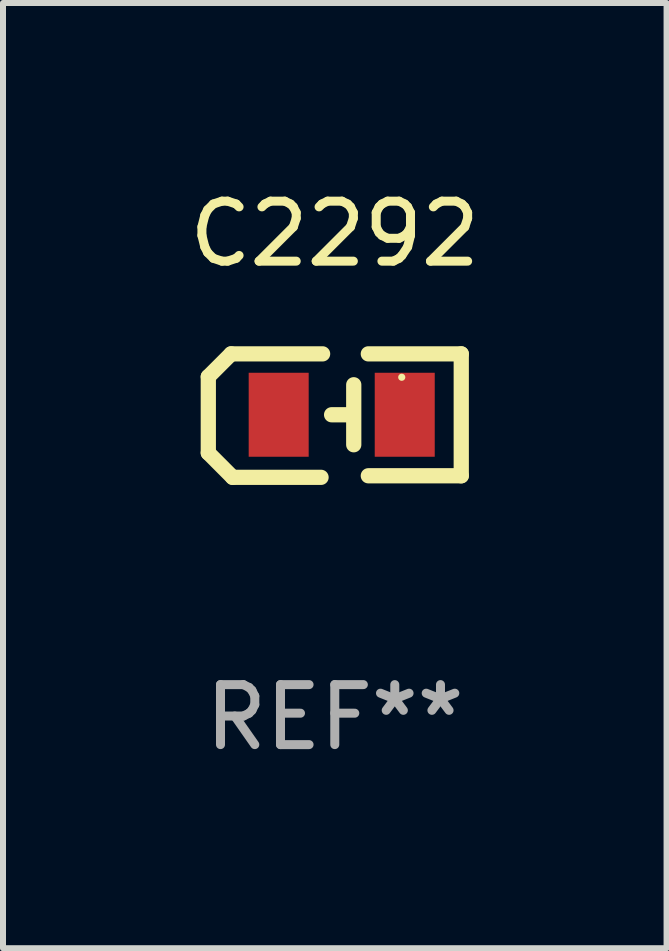
<source format=kicad_pcb>
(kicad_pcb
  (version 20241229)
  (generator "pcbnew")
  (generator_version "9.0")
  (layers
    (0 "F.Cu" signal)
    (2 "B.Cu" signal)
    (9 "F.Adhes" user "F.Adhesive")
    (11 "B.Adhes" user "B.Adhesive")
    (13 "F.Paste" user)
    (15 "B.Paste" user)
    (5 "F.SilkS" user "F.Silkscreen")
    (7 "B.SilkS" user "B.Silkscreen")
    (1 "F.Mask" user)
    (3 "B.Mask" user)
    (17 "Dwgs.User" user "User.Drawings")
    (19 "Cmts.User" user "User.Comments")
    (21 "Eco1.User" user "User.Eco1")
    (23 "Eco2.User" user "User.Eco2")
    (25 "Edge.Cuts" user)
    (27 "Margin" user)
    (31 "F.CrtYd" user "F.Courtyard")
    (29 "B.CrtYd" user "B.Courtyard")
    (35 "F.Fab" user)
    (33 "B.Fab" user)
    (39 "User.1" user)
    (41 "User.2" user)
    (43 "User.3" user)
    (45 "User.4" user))
  (footprint "C2292"
    (layer "F.Cu")
    (at 2.53 3.877)
    (property "Reference" "C2292" (at 0 -3.029 0) (layer "F.SilkS") (effects (font (size 1 1) (thickness 0.15))))
    (attr through_hole)
    (fp_line (start -2.108 -0.648) (end -1.727 -1.029) (stroke (width 0.254) (type solid)) (layer "F.SilkS"))
    (fp_line (start -2.108 0.622) (end -2.108 -0.648) (stroke (width 0.254) (type solid)) (layer "F.SilkS"))
    (fp_line (start -1.727 -1.029) (end -0.203 -1.029) (stroke (width 0.254) (type solid)) (layer "F.SilkS"))
    (fp_line (start -1.702 1.029) (end -2.108 0.622) (stroke (width 0.254) (type solid)) (layer "F.SilkS"))
    (fp_line (start -0.229 1.029) (end -1.702 1.029) (stroke (width 0.254) (type solid)) (layer "F.SilkS"))
    (fp_line (start 0.216 -0.014) (end -0.053 -0.014) (stroke (width 0.254) (type solid)) (layer "F.SilkS"))
    (fp_line (start 0.316 -0.514) (end 0.316 0.486) (stroke (width 0.254) (type solid)) (layer "F.SilkS"))
    (fp_line (start 0.559 1.003) (end 2.108 1.003) (stroke (width 0.254) (type solid)) (layer "F.SilkS"))
    (fp_line (start 2.108 -1.029) (end 0.559 -1.029) (stroke (width 0.254) (type solid)) (layer "F.SilkS"))
    (fp_line (start 2.108 1.003) (end 2.108 -1.029) (stroke (width 0.254) (type solid)) (layer "F.SilkS"))
    (fp_circle (center 1.116 -0.639) (end 1.146 -0.639) (stroke (width 0.06) (type solid)) (fill no) (layer "F.SilkS"))
    (fp_text user "REF**" (at 0 5.029 0) (layer "F.Fab") (effects (font (size 1 1) (thickness 0.15))))
    (pad "1" smd rect (at 1.166 -0.014 180) (size 1 1.4) (layers "F.Cu" "F.Mask" "F.Paste"))
    (pad "2" smd rect (at -0.935 -0.014 180) (size 1 1.4) (layers "F.Cu" "F.Mask" "F.Paste")))
  (gr_rect
    (start -3 -3)
    (end 8.06 12.754)
    (stroke (width 0.1) (type default))
    (fill no)
    (layer "Edge.Cuts")))
</source>
